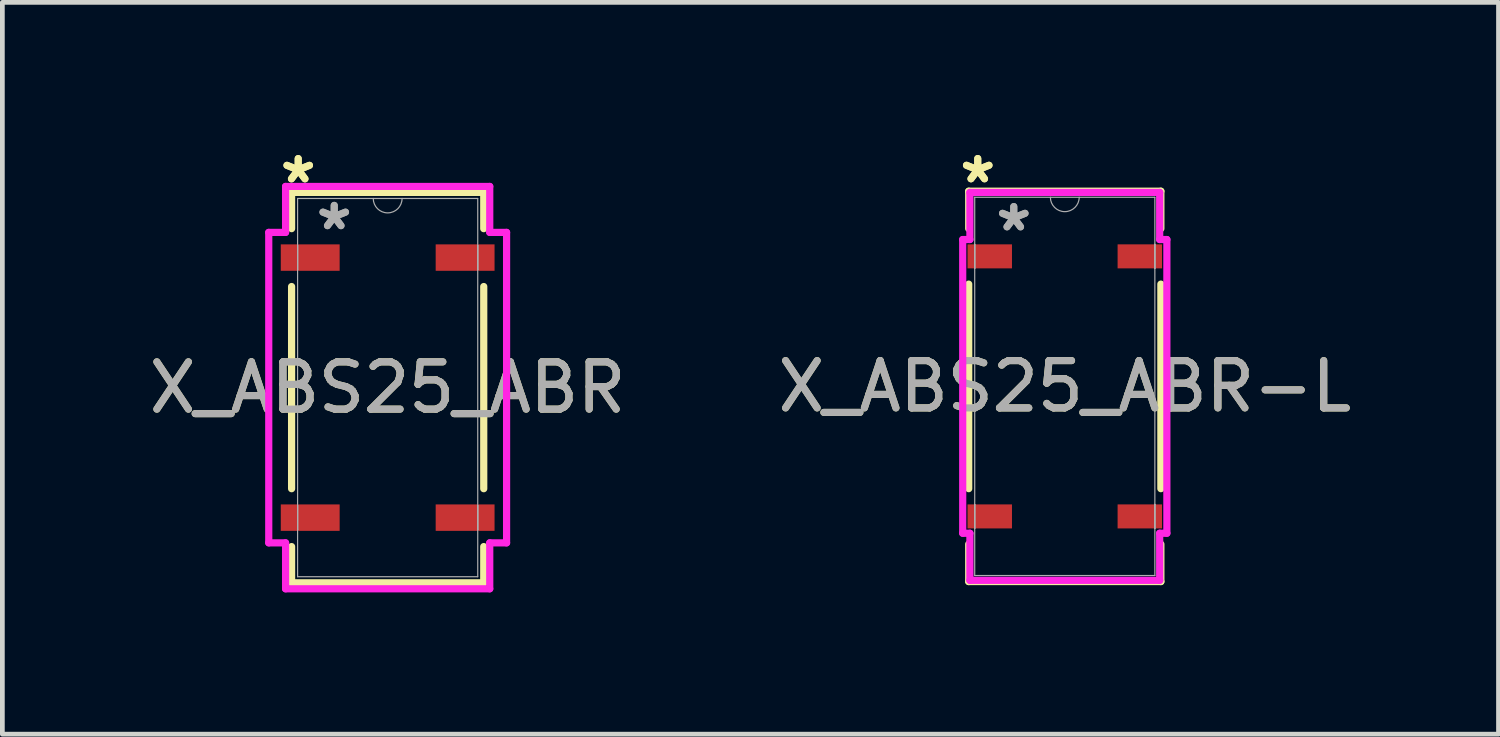
<source format=kicad_pcb>
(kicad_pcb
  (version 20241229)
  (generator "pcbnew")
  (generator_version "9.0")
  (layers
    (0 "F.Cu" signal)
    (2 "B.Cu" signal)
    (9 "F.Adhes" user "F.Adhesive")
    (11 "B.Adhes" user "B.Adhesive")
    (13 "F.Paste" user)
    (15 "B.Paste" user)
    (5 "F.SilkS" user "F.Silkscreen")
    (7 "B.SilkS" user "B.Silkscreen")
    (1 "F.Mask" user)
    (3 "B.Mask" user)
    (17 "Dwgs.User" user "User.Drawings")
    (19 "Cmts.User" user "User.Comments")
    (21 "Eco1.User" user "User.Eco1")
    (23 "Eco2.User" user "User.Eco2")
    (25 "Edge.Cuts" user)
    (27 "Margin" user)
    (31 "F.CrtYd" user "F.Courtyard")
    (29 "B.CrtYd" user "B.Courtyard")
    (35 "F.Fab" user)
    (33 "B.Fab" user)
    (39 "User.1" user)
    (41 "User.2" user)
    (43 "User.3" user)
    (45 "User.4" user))
  (footprint "X_ABS25_ABR"
    (layer "F.Cu")
    (at 5.149 5.148)
    (property "Reference" "X_ABS25_ABR" (at 0 0 0) (unlocked yes) (layer "F.SilkS") (effects (font (size 1 1) (thickness 0.15))))
    (attr smd)
    (fp_line (start -2.032 -4.128) (end -2.032 -3.362) (stroke (width 0.152) (type solid)) (layer "F.SilkS"))
    (fp_line (start -2.032 -2.138) (end -2.032 2.138) (stroke (width 0.152) (type solid)) (layer "F.SilkS"))
    (fp_line (start -2.032 3.362) (end -2.032 4.128) (stroke (width 0.152) (type solid)) (layer "F.SilkS"))
    (fp_line (start -2.032 4.128) (end 2.032 4.128) (stroke (width 0.152) (type solid)) (layer "F.SilkS"))
    (fp_line (start 2.032 -4.128) (end -2.032 -4.128) (stroke (width 0.152) (type solid)) (layer "F.SilkS"))
    (fp_line (start 2.032 -3.362) (end 2.032 -4.128) (stroke (width 0.152) (type solid)) (layer "F.SilkS"))
    (fp_line (start 2.032 2.138) (end 2.032 -2.138) (stroke (width 0.152) (type solid)) (layer "F.SilkS"))
    (fp_line (start 2.032 4.128) (end 2.032 3.362) (stroke (width 0.152) (type solid)) (layer "F.SilkS"))
    (fp_line (start -2.515 -3.283) (end -2.159 -3.283) (stroke (width 0.152) (type solid)) (layer "F.CrtYd"))
    (fp_line (start -2.515 3.283) (end -2.515 -3.283) (stroke (width 0.152) (type solid)) (layer "F.CrtYd"))
    (fp_line (start -2.515 3.283) (end -2.159 3.283) (stroke (width 0.152) (type solid)) (layer "F.CrtYd"))
    (fp_line (start -2.159 -4.255) (end 2.159 -4.255) (stroke (width 0.152) (type solid)) (layer "F.CrtYd"))
    (fp_line (start -2.159 -3.283) (end -2.159 -4.255) (stroke (width 0.152) (type solid)) (layer "F.CrtYd"))
    (fp_line (start -2.159 4.255) (end -2.159 3.283) (stroke (width 0.152) (type solid)) (layer "F.CrtYd"))
    (fp_line (start 2.159 -4.255) (end 2.159 -3.283) (stroke (width 0.152) (type solid)) (layer "F.CrtYd"))
    (fp_line (start 2.159 3.283) (end 2.159 4.255) (stroke (width 0.152) (type solid)) (layer "F.CrtYd"))
    (fp_line (start 2.159 4.255) (end -2.159 4.255) (stroke (width 0.152) (type solid)) (layer "F.CrtYd"))
    (fp_line (start 2.515 -3.283) (end 2.159 -3.283) (stroke (width 0.152) (type solid)) (layer "F.CrtYd"))
    (fp_line (start 2.515 -3.283) (end 2.515 3.283) (stroke (width 0.152) (type solid)) (layer "F.CrtYd"))
    (fp_line (start 2.515 3.283) (end 2.159 3.283) (stroke (width 0.152) (type solid)) (layer "F.CrtYd"))
    (fp_line (start -1.905 -4) (end -1.905 4) (stroke (width 0.025) (type solid)) (layer "F.Fab"))
    (fp_line (start -1.905 -3.004) (end -1.905 -3.004) (stroke (width 0.025) (type solid)) (layer "F.Fab"))
    (fp_line (start -1.905 -3.004) (end -1.905 -2.496) (stroke (width 0.025) (type solid)) (layer "F.Fab"))
    (fp_line (start -1.905 -2.496) (end -1.905 -3.004) (stroke (width 0.025) (type solid)) (layer "F.Fab"))
    (fp_line (start -1.905 -2.496) (end -1.905 -2.496) (stroke (width 0.025) (type solid)) (layer "F.Fab"))
    (fp_line (start -1.905 2.496) (end -1.905 2.496) (stroke (width 0.025) (type solid)) (layer "F.Fab"))
    (fp_line (start -1.905 2.496) (end -1.905 3.004) (stroke (width 0.025) (type solid)) (layer "F.Fab"))
    (fp_line (start -1.905 3.004) (end -1.905 2.496) (stroke (width 0.025) (type solid)) (layer "F.Fab"))
    (fp_line (start -1.905 3.004) (end -1.905 3.004) (stroke (width 0.025) (type solid)) (layer "F.Fab"))
    (fp_line (start -1.905 4) (end 1.905 4) (stroke (width 0.025) (type solid)) (layer "F.Fab"))
    (fp_line (start 1.905 -4) (end -1.905 -4) (stroke (width 0.025) (type solid)) (layer "F.Fab"))
    (fp_line (start 1.905 -3.004) (end 1.905 -3.004) (stroke (width 0.025) (type solid)) (layer "F.Fab"))
    (fp_line (start 1.905 -3.004) (end 1.905 -2.496) (stroke (width 0.025) (type solid)) (layer "F.Fab"))
    (fp_line (start 1.905 -2.496) (end 1.905 -3.004) (stroke (width 0.025) (type solid)) (layer "F.Fab"))
    (fp_line (start 1.905 -2.496) (end 1.905 -2.496) (stroke (width 0.025) (type solid)) (layer "F.Fab"))
    (fp_line (start 1.905 2.496) (end 1.905 2.496) (stroke (width 0.025) (type solid)) (layer "F.Fab"))
    (fp_line (start 1.905 2.496) (end 1.905 3.004) (stroke (width 0.025) (type solid)) (layer "F.Fab"))
    (fp_line (start 1.905 3.004) (end 1.905 2.496) (stroke (width 0.025) (type solid)) (layer "F.Fab"))
    (fp_line (start 1.905 3.004) (end 1.905 3.004) (stroke (width 0.025) (type solid)) (layer "F.Fab"))
    (fp_line (start 1.905 4) (end 1.905 -4) (stroke (width 0.025) (type solid)) (layer "F.Fab"))
    (fp_arc (start 0.3048 -4.0005) (mid 0 -3.6957) (end -0.3048 -4.0005) (stroke (width 0.0254) (type solid)) (layer "F.Fab"))
    (fp_text user "*" (at -1.892 -4.299 0) (layer "F.SilkS") (effects (font (size 1 1) (thickness 0.15))))
    (fp_text user "*" (at -1.892 -4.299 0) (unlocked yes) (layer "F.SilkS") (effects (font (size 1 1) (thickness 0.15))))
    (fp_text user "*" (at -1.13 -3.309 0) (unlocked yes) (layer "F.Fab") (effects (font (size 1 1) (thickness 0.15))))
    (fp_text user "${REFERENCE}" (at 0 0 0) (unlocked yes) (layer "F.Fab") (effects (font (size 1 1) (thickness 0.15))))
    (fp_text user "*" (at -1.13 -3.309 0) (layer "F.Fab") (effects (font (size 1 1) (thickness 0.15))))
    (pad "1" smd rect (at -1.638 -2.75) (size 1.245 0.559) (layers "F.Cu" "F.Mask" "F.Paste"))
    (pad "2" smd rect (at -1.638 2.75) (size 1.245 0.559) (layers "F.Cu" "F.Mask" "F.Paste"))
    (pad "3" smd rect (at 1.638 2.75) (size 1.245 0.559) (layers "F.Cu" "F.Mask" "F.Paste"))
    (pad "4" smd rect (at 1.638 -2.75) (size 1.245 0.559) (layers "F.Cu" "F.Mask" "F.Paste")))
  (footprint "X_ABS25_ABR-L"
    (layer "F.Cu")
    (at 19.47 5.122)
    (property "Reference" "X_ABS25_ABR-L" (at 0 0 0) (unlocked yes) (layer "F.SilkS") (effects (font (size 1 1) (thickness 0.15))))
    (attr smd)
    (fp_line (start -2.032 -4.128) (end -2.032 -3.337) (stroke (width 0.152) (type solid)) (layer "F.SilkS"))
    (fp_line (start -2.032 -2.163) (end -2.032 2.163) (stroke (width 0.152) (type solid)) (layer "F.SilkS"))
    (fp_line (start -2.032 3.337) (end -2.032 4.128) (stroke (width 0.152) (type solid)) (layer "F.SilkS"))
    (fp_line (start -2.032 4.128) (end 2.032 4.128) (stroke (width 0.152) (type solid)) (layer "F.SilkS"))
    (fp_line (start 2.032 -4.128) (end -2.032 -4.128) (stroke (width 0.152) (type solid)) (layer "F.SilkS"))
    (fp_line (start 2.032 -3.337) (end 2.032 -4.128) (stroke (width 0.152) (type solid)) (layer "F.SilkS"))
    (fp_line (start 2.032 2.163) (end 2.032 -2.163) (stroke (width 0.152) (type solid)) (layer "F.SilkS"))
    (fp_line (start 2.032 4.128) (end 2.032 3.337) (stroke (width 0.152) (type solid)) (layer "F.SilkS"))
    (fp_line (start -2.159 -3.106) (end -2.007 -3.106) (stroke (width 0.152) (type solid)) (layer "F.CrtYd"))
    (fp_line (start -2.159 3.106) (end -2.159 -3.106) (stroke (width 0.152) (type solid)) (layer "F.CrtYd"))
    (fp_line (start -2.159 3.106) (end -2.007 3.106) (stroke (width 0.152) (type solid)) (layer "F.CrtYd"))
    (fp_line (start -2.007 -4.102) (end 2.007 -4.102) (stroke (width 0.152) (type solid)) (layer "F.CrtYd"))
    (fp_line (start -2.007 -3.106) (end -2.007 -4.102) (stroke (width 0.152) (type solid)) (layer "F.CrtYd"))
    (fp_line (start -2.007 4.102) (end -2.007 3.106) (stroke (width 0.152) (type solid)) (layer "F.CrtYd"))
    (fp_line (start 2.007 -4.102) (end 2.007 -3.106) (stroke (width 0.152) (type solid)) (layer "F.CrtYd"))
    (fp_line (start 2.007 3.106) (end 2.007 4.102) (stroke (width 0.152) (type solid)) (layer "F.CrtYd"))
    (fp_line (start 2.007 4.102) (end -2.007 4.102) (stroke (width 0.152) (type solid)) (layer "F.CrtYd"))
    (fp_line (start 2.159 -3.106) (end 2.007 -3.106) (stroke (width 0.152) (type solid)) (layer "F.CrtYd"))
    (fp_line (start 2.159 -3.106) (end 2.159 3.106) (stroke (width 0.152) (type solid)) (layer "F.CrtYd"))
    (fp_line (start 2.159 3.106) (end 2.007 3.106) (stroke (width 0.152) (type solid)) (layer "F.CrtYd"))
    (fp_line (start -1.905 -4) (end -1.905 4) (stroke (width 0.025) (type solid)) (layer "F.Fab"))
    (fp_line (start -1.905 -3.004) (end -1.905 -3.004) (stroke (width 0.025) (type solid)) (layer "F.Fab"))
    (fp_line (start -1.905 -3.004) (end -1.905 -2.496) (stroke (width 0.025) (type solid)) (layer "F.Fab"))
    (fp_line (start -1.905 -2.496) (end -1.905 -3.004) (stroke (width 0.025) (type solid)) (layer "F.Fab"))
    (fp_line (start -1.905 -2.496) (end -1.905 -2.496) (stroke (width 0.025) (type solid)) (layer "F.Fab"))
    (fp_line (start -1.905 2.496) (end -1.905 2.496) (stroke (width 0.025) (type solid)) (layer "F.Fab"))
    (fp_line (start -1.905 2.496) (end -1.905 3.004) (stroke (width 0.025) (type solid)) (layer "F.Fab"))
    (fp_line (start -1.905 3.004) (end -1.905 2.496) (stroke (width 0.025) (type solid)) (layer "F.Fab"))
    (fp_line (start -1.905 3.004) (end -1.905 3.004) (stroke (width 0.025) (type solid)) (layer "F.Fab"))
    (fp_line (start -1.905 4) (end 1.905 4) (stroke (width 0.025) (type solid)) (layer "F.Fab"))
    (fp_line (start 1.905 -4) (end -1.905 -4) (stroke (width 0.025) (type solid)) (layer "F.Fab"))
    (fp_line (start 1.905 -3.004) (end 1.905 -3.004) (stroke (width 0.025) (type solid)) (layer "F.Fab"))
    (fp_line (start 1.905 -3.004) (end 1.905 -2.496) (stroke (width 0.025) (type solid)) (layer "F.Fab"))
    (fp_line (start 1.905 -2.496) (end 1.905 -3.004) (stroke (width 0.025) (type solid)) (layer "F.Fab"))
    (fp_line (start 1.905 -2.496) (end 1.905 -2.496) (stroke (width 0.025) (type solid)) (layer "F.Fab"))
    (fp_line (start 1.905 2.496) (end 1.905 2.496) (stroke (width 0.025) (type solid)) (layer "F.Fab"))
    (fp_line (start 1.905 2.496) (end 1.905 3.004) (stroke (width 0.025) (type solid)) (layer "F.Fab"))
    (fp_line (start 1.905 3.004) (end 1.905 2.496) (stroke (width 0.025) (type solid)) (layer "F.Fab"))
    (fp_line (start 1.905 3.004) (end 1.905 3.004) (stroke (width 0.025) (type solid)) (layer "F.Fab"))
    (fp_line (start 1.905 4) (end 1.905 -4) (stroke (width 0.025) (type solid)) (layer "F.Fab"))
    (fp_arc (start 0.3048 -4.0005) (mid 0 -3.6957) (end -0.3048 -4.0005) (stroke (width 0.0254) (type solid)) (layer "F.Fab"))
    (fp_text user "*" (at -1.841 -4.274 0) (unlocked yes) (layer "F.SilkS") (effects (font (size 1 1) (thickness 0.15))))
    (fp_text user "*" (at -1.841 -4.274 0) (layer "F.SilkS") (effects (font (size 1 1) (thickness 0.15))))
    (fp_text user "${REFERENCE}" (at 0 0 0) (unlocked yes) (layer "F.Fab") (effects (font (size 1 1) (thickness 0.15))))
    (fp_text user "*" (at -1.079 -3.258 0) (layer "F.Fab") (effects (font (size 1 1) (thickness 0.15))))
    (fp_text user "*" (at -1.079 -3.258 0) (unlocked yes) (layer "F.Fab") (effects (font (size 1 1) (thickness 0.15))))
    (pad "1" smd rect (at -1.587 -2.75) (size 0.94 0.508) (layers "F.Cu" "F.Mask" "F.Paste"))
    (pad "2" smd rect (at -1.587 2.75) (size 0.94 0.508) (layers "F.Cu" "F.Mask" "F.Paste"))
    (pad "3" smd rect (at 1.587 2.75) (size 0.94 0.508) (layers "F.Cu" "F.Mask" "F.Paste"))
    (pad "4" smd rect (at 1.587 -2.75) (size 0.94 0.508) (layers "F.Cu" "F.Mask" "F.Paste")))
  (gr_rect
    (start -3 -3)
    (end 28.643 12.478)
    (stroke (width 0.1) (type default))
    (fill no)
    (layer "Edge.Cuts")))
</source>
